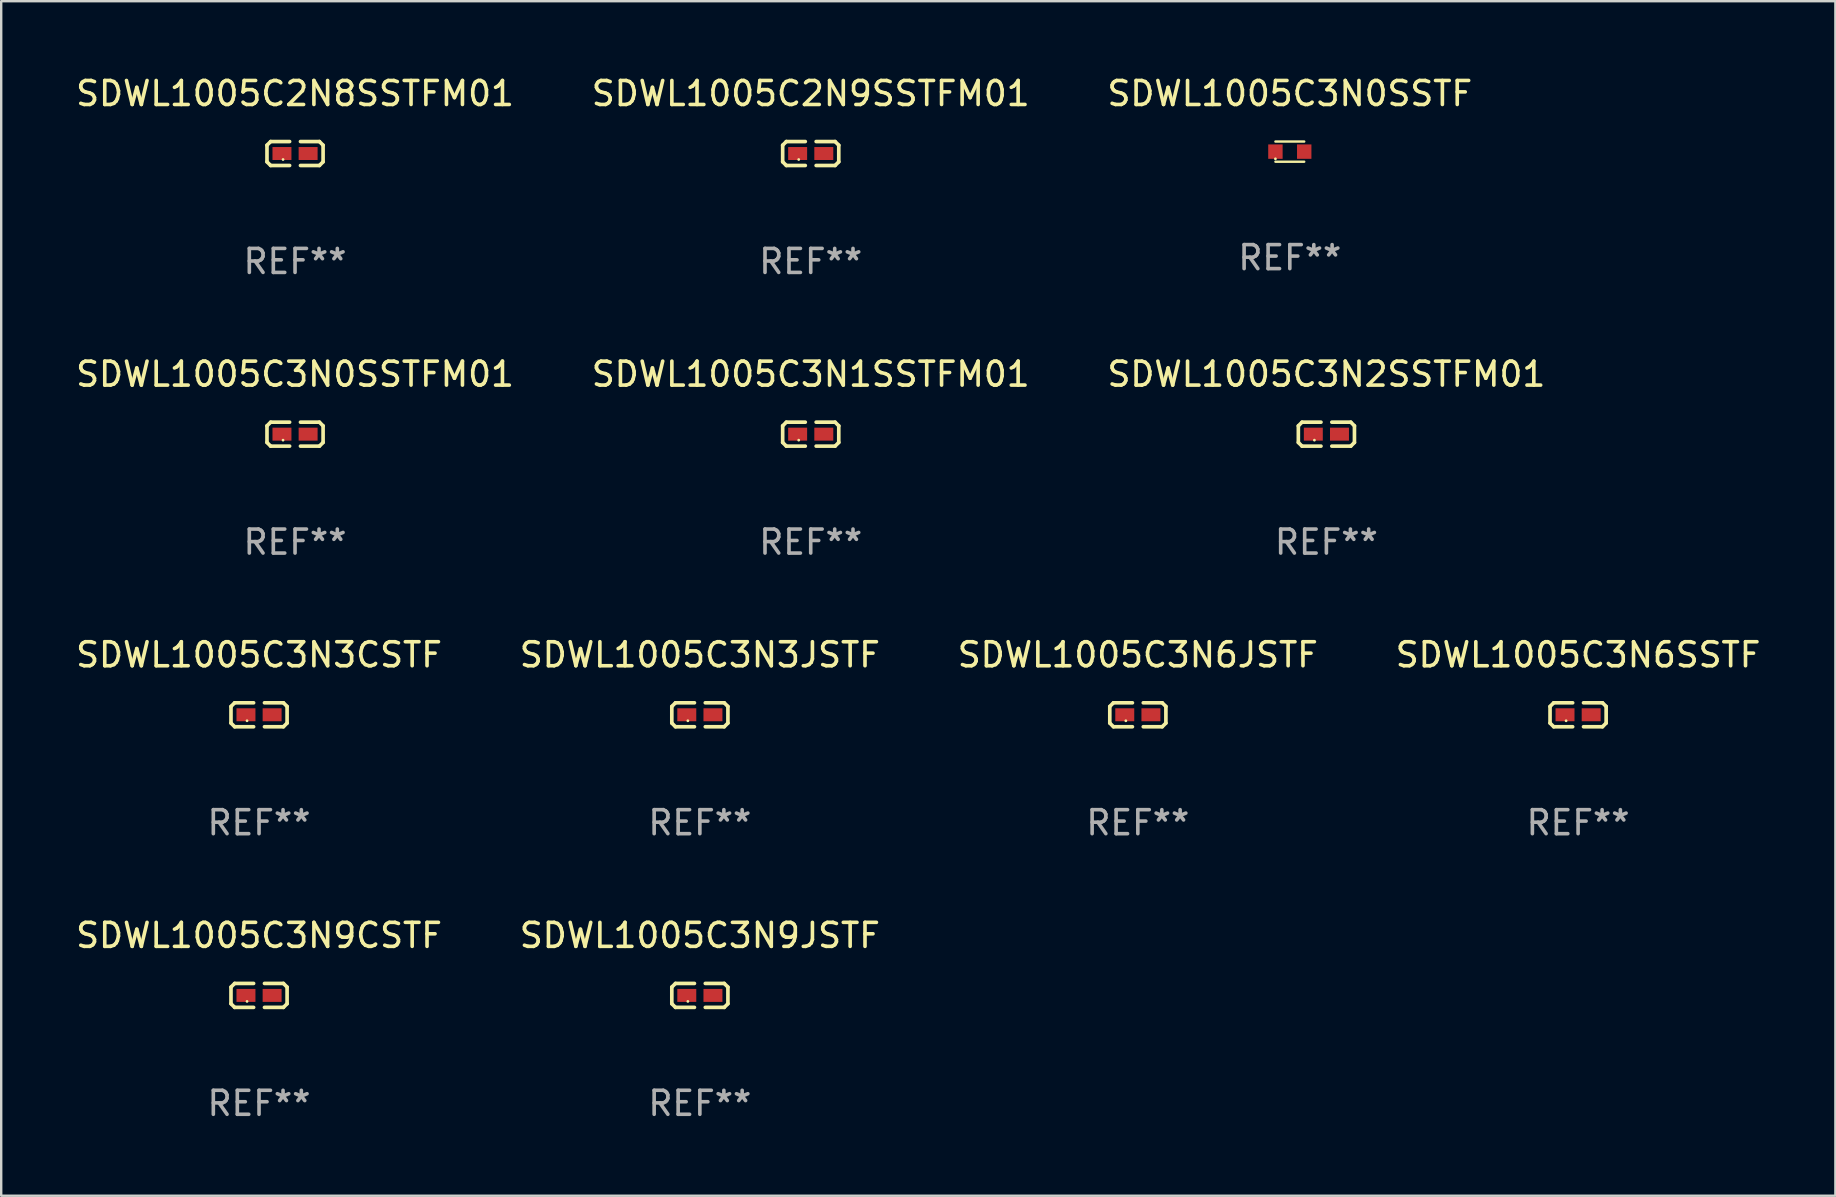
<source format=kicad_pcb>
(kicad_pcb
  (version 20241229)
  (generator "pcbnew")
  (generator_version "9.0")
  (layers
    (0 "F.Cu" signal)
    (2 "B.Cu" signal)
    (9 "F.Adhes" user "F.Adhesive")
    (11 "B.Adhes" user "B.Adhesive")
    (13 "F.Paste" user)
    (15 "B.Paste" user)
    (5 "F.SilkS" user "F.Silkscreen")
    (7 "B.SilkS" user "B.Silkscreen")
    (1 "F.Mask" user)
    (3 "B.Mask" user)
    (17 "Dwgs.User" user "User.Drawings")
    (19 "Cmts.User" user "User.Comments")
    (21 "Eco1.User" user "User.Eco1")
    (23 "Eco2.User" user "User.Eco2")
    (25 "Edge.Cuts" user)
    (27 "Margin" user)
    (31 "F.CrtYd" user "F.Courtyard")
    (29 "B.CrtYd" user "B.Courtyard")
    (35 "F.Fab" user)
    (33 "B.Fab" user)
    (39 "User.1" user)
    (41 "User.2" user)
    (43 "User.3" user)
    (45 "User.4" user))
  (footprint "SDWL1005C3N2SSTFM01"
    (layer "F.Cu")
    (at 52.22 15.041)
    (property "Reference" "SDWL1005C3N2SSTFM01" (at 0 -2.499 0) (layer "F.SilkS") (effects (font (size 1 1) (thickness 0.15))))
    (attr through_hole)
    (fp_line (start -1.169 -0.346) (end -1.016 -0.499) (stroke (width 0.152) (type solid)) (layer "F.SilkS"))
    (fp_line (start -1.169 0.346) (end -1.169 -0.346) (stroke (width 0.152) (type solid)) (layer "F.SilkS"))
    (fp_line (start -1.016 -0.499) (end -0.226 -0.499) (stroke (width 0.152) (type solid)) (layer "F.SilkS"))
    (fp_line (start -1.016 0.499) (end -1.169 0.346) (stroke (width 0.152) (type solid)) (layer "F.SilkS"))
    (fp_line (start -0.226 0.499) (end -1.016 0.499) (stroke (width 0.152) (type solid)) (layer "F.SilkS"))
    (fp_line (start 0.226 0.499) (end 1.016 0.499) (stroke (width 0.152) (type solid)) (layer "F.SilkS"))
    (fp_line (start 1.016 -0.499) (end 0.226 -0.499) (stroke (width 0.152) (type solid)) (layer "F.SilkS"))
    (fp_line (start 1.016 0.499) (end 1.169 0.346) (stroke (width 0.152) (type solid)) (layer "F.SilkS"))
    (fp_line (start 1.169 -0.346) (end 1.016 -0.499) (stroke (width 0.152) (type solid)) (layer "F.SilkS"))
    (fp_line (start 1.169 0.346) (end 1.169 -0.346) (stroke (width 0.152) (type solid)) (layer "F.SilkS"))
    (fp_circle (center -0.5 0.25) (end -0.47 0.25) (stroke (width 0.06) (type solid)) (fill no) (layer "F.SilkS"))
    (fp_text user "REF**" (at 0 4.499 0) (layer "F.Fab") (effects (font (size 1 1) (thickness 0.15))))
    (pad "1" smd rect (at -0.545 0) (size 0.79 0.54) (layers "F.Cu" "F.Mask" "F.Paste"))
    (pad "2" smd rect (at 0.545 0) (size 0.79 0.54) (layers "F.Cu" "F.Mask" "F.Paste")))
  (footprint "SDWL1005C3N6SSTF"
    (layer "F.Cu")
    (at 62.708 26.734)
    (property "Reference" "SDWL1005C3N6SSTF" (at 0 -2.499 0) (layer "F.SilkS") (effects (font (size 1 1) (thickness 0.15))))
    (attr through_hole)
    (fp_line (start -1.169 -0.346) (end -1.016 -0.499) (stroke (width 0.152) (type solid)) (layer "F.SilkS"))
    (fp_line (start -1.169 0.346) (end -1.169 -0.346) (stroke (width 0.152) (type solid)) (layer "F.SilkS"))
    (fp_line (start -1.016 -0.499) (end -0.226 -0.499) (stroke (width 0.152) (type solid)) (layer "F.SilkS"))
    (fp_line (start -1.016 0.499) (end -1.169 0.346) (stroke (width 0.152) (type solid)) (layer "F.SilkS"))
    (fp_line (start -0.226 0.499) (end -1.016 0.499) (stroke (width 0.152) (type solid)) (layer "F.SilkS"))
    (fp_line (start 0.226 0.499) (end 1.016 0.499) (stroke (width 0.152) (type solid)) (layer "F.SilkS"))
    (fp_line (start 1.016 -0.499) (end 0.226 -0.499) (stroke (width 0.152) (type solid)) (layer "F.SilkS"))
    (fp_line (start 1.016 0.499) (end 1.169 0.346) (stroke (width 0.152) (type solid)) (layer "F.SilkS"))
    (fp_line (start 1.169 -0.346) (end 1.016 -0.499) (stroke (width 0.152) (type solid)) (layer "F.SilkS"))
    (fp_line (start 1.169 0.346) (end 1.169 -0.346) (stroke (width 0.152) (type solid)) (layer "F.SilkS"))
    (fp_circle (center -0.5 0.25) (end -0.47 0.25) (stroke (width 0.06) (type solid)) (fill no) (layer "F.SilkS"))
    (fp_text user "REF**" (at 0 4.499 0) (layer "F.Fab") (effects (font (size 1 1) (thickness 0.15))))
    (pad "1" smd rect (at -0.545 0) (size 0.79 0.54) (layers "F.Cu" "F.Mask" "F.Paste"))
    (pad "2" smd rect (at 0.545 0) (size 0.79 0.54) (layers "F.Cu" "F.Mask" "F.Paste")))
  (footprint "SDWL1005C2N8SSTFM01"
    (layer "F.Cu")
    (at 9.244 3.347)
    (property "Reference" "SDWL1005C2N8SSTFM01" (at 0 -2.499 0) (layer "F.SilkS") (effects (font (size 1 1) (thickness 0.15))))
    (attr through_hole)
    (fp_line (start -1.169 -0.346) (end -1.016 -0.499) (stroke (width 0.152) (type solid)) (layer "F.SilkS"))
    (fp_line (start -1.169 0.346) (end -1.169 -0.346) (stroke (width 0.152) (type solid)) (layer "F.SilkS"))
    (fp_line (start -1.016 -0.499) (end -0.226 -0.499) (stroke (width 0.152) (type solid)) (layer "F.SilkS"))
    (fp_line (start -1.016 0.499) (end -1.169 0.346) (stroke (width 0.152) (type solid)) (layer "F.SilkS"))
    (fp_line (start -0.226 0.499) (end -1.016 0.499) (stroke (width 0.152) (type solid)) (layer "F.SilkS"))
    (fp_line (start 0.226 0.499) (end 1.016 0.499) (stroke (width 0.152) (type solid)) (layer "F.SilkS"))
    (fp_line (start 1.016 -0.499) (end 0.226 -0.499) (stroke (width 0.152) (type solid)) (layer "F.SilkS"))
    (fp_line (start 1.016 0.499) (end 1.169 0.346) (stroke (width 0.152) (type solid)) (layer "F.SilkS"))
    (fp_line (start 1.169 -0.346) (end 1.016 -0.499) (stroke (width 0.152) (type solid)) (layer "F.SilkS"))
    (fp_line (start 1.169 0.346) (end 1.169 -0.346) (stroke (width 0.152) (type solid)) (layer "F.SilkS"))
    (fp_circle (center -0.5 0.25) (end -0.47 0.25) (stroke (width 0.06) (type solid)) (fill no) (layer "F.SilkS"))
    (fp_text user "REF**" (at 0 4.499 0) (layer "F.Fab") (effects (font (size 1 1) (thickness 0.15))))
    (pad "1" smd rect (at -0.545 0) (size 0.79 0.54) (layers "F.Cu" "F.Mask" "F.Paste"))
    (pad "2" smd rect (at 0.545 0) (size 0.79 0.54) (layers "F.Cu" "F.Mask" "F.Paste")))
  (footprint "SDWL1005C3N9CSTF"
    (layer "F.Cu")
    (at 7.744 38.428)
    (property "Reference" "SDWL1005C3N9CSTF" (at 0 -2.499 0) (layer "F.SilkS") (effects (font (size 1 1) (thickness 0.15))))
    (attr through_hole)
    (fp_line (start -1.169 -0.346) (end -1.016 -0.499) (stroke (width 0.152) (type solid)) (layer "F.SilkS"))
    (fp_line (start -1.169 0.346) (end -1.169 -0.346) (stroke (width 0.152) (type solid)) (layer "F.SilkS"))
    (fp_line (start -1.016 -0.499) (end -0.226 -0.499) (stroke (width 0.152) (type solid)) (layer "F.SilkS"))
    (fp_line (start -1.016 0.499) (end -1.169 0.346) (stroke (width 0.152) (type solid)) (layer "F.SilkS"))
    (fp_line (start -0.226 0.499) (end -1.016 0.499) (stroke (width 0.152) (type solid)) (layer "F.SilkS"))
    (fp_line (start 0.226 0.499) (end 1.016 0.499) (stroke (width 0.152) (type solid)) (layer "F.SilkS"))
    (fp_line (start 1.016 -0.499) (end 0.226 -0.499) (stroke (width 0.152) (type solid)) (layer "F.SilkS"))
    (fp_line (start 1.016 0.499) (end 1.169 0.346) (stroke (width 0.152) (type solid)) (layer "F.SilkS"))
    (fp_line (start 1.169 -0.346) (end 1.016 -0.499) (stroke (width 0.152) (type solid)) (layer "F.SilkS"))
    (fp_line (start 1.169 0.346) (end 1.169 -0.346) (stroke (width 0.152) (type solid)) (layer "F.SilkS"))
    (fp_circle (center -0.5 0.25) (end -0.47 0.25) (stroke (width 0.06) (type solid)) (fill no) (layer "F.SilkS"))
    (fp_text user "REF**" (at 0 4.499 0) (layer "F.Fab") (effects (font (size 1 1) (thickness 0.15))))
    (pad "1" smd rect (at -0.545 0) (size 0.79 0.54) (layers "F.Cu" "F.Mask" "F.Paste"))
    (pad "2" smd rect (at 0.545 0) (size 0.79 0.54) (layers "F.Cu" "F.Mask" "F.Paste")))
  (footprint "SDWL1005C3N0SSTF"
    (layer "F.Cu")
    (at 50.696 3.268)
    (property "Reference" "SDWL1005C3N0SSTF" (at 0 -2.42 0) (layer "F.SilkS") (effects (font (size 1 1) (thickness 0.15))))
    (attr through_hole)
    (fp_line (start -0.6 -0.42) (end 0.6 -0.42) (stroke (width 0.1) (type solid)) (layer "F.SilkS"))
    (fp_line (start -0.6 0.42) (end 0.6 0.42) (stroke (width 0.1) (type solid)) (layer "F.SilkS"))
    (fp_circle (center -0.6 0.3) (end -0.57 0.3) (stroke (width 0.06) (type solid)) (fill no) (layer "F.SilkS"))
    (fp_text user "REF**" (at 0 4.42 0) (layer "F.Fab") (effects (font (size 1 1) (thickness 0.15))))
    (pad "1" smd rect (at -0.6 0) (size 0.6 0.6) (layers "F.Cu" "F.Mask" "F.Paste"))
    (pad "2" smd rect (at 0.6 0) (size 0.6 0.6) (layers "F.Cu" "F.Mask" "F.Paste")))
  (footprint "SDWL1005C3N0SSTFM01"
    (layer "F.Cu")
    (at 9.244 15.041)
    (property "Reference" "SDWL1005C3N0SSTFM01" (at 0 -2.499 0) (layer "F.SilkS") (effects (font (size 1 1) (thickness 0.15))))
    (attr through_hole)
    (fp_line (start -1.169 -0.346) (end -1.016 -0.499) (stroke (width 0.152) (type solid)) (layer "F.SilkS"))
    (fp_line (start -1.169 0.346) (end -1.169 -0.346) (stroke (width 0.152) (type solid)) (layer "F.SilkS"))
    (fp_line (start -1.016 -0.499) (end -0.226 -0.499) (stroke (width 0.152) (type solid)) (layer "F.SilkS"))
    (fp_line (start -1.016 0.499) (end -1.169 0.346) (stroke (width 0.152) (type solid)) (layer "F.SilkS"))
    (fp_line (start -0.226 0.499) (end -1.016 0.499) (stroke (width 0.152) (type solid)) (layer "F.SilkS"))
    (fp_line (start 0.226 0.499) (end 1.016 0.499) (stroke (width 0.152) (type solid)) (layer "F.SilkS"))
    (fp_line (start 1.016 -0.499) (end 0.226 -0.499) (stroke (width 0.152) (type solid)) (layer "F.SilkS"))
    (fp_line (start 1.016 0.499) (end 1.169 0.346) (stroke (width 0.152) (type solid)) (layer "F.SilkS"))
    (fp_line (start 1.169 -0.346) (end 1.016 -0.499) (stroke (width 0.152) (type solid)) (layer "F.SilkS"))
    (fp_line (start 1.169 0.346) (end 1.169 -0.346) (stroke (width 0.152) (type solid)) (layer "F.SilkS"))
    (fp_circle (center -0.5 0.25) (end -0.47 0.25) (stroke (width 0.06) (type solid)) (fill no) (layer "F.SilkS"))
    (fp_text user "REF**" (at 0 4.499 0) (layer "F.Fab") (effects (font (size 1 1) (thickness 0.15))))
    (pad "1" smd rect (at -0.545 0) (size 0.79 0.54) (layers "F.Cu" "F.Mask" "F.Paste"))
    (pad "2" smd rect (at 0.545 0) (size 0.79 0.54) (layers "F.Cu" "F.Mask" "F.Paste")))
  (footprint "SDWL1005C3N1SSTFM01"
    (layer "F.Cu")
    (at 30.732 15.041)
    (property "Reference" "SDWL1005C3N1SSTFM01" (at 0 -2.499 0) (layer "F.SilkS") (effects (font (size 1 1) (thickness 0.15))))
    (attr through_hole)
    (fp_line (start -1.169 -0.346) (end -1.016 -0.499) (stroke (width 0.152) (type solid)) (layer "F.SilkS"))
    (fp_line (start -1.169 0.346) (end -1.169 -0.346) (stroke (width 0.152) (type solid)) (layer "F.SilkS"))
    (fp_line (start -1.016 -0.499) (end -0.226 -0.499) (stroke (width 0.152) (type solid)) (layer "F.SilkS"))
    (fp_line (start -1.016 0.499) (end -1.169 0.346) (stroke (width 0.152) (type solid)) (layer "F.SilkS"))
    (fp_line (start -0.226 0.499) (end -1.016 0.499) (stroke (width 0.152) (type solid)) (layer "F.SilkS"))
    (fp_line (start 0.226 0.499) (end 1.016 0.499) (stroke (width 0.152) (type solid)) (layer "F.SilkS"))
    (fp_line (start 1.016 -0.499) (end 0.226 -0.499) (stroke (width 0.152) (type solid)) (layer "F.SilkS"))
    (fp_line (start 1.016 0.499) (end 1.169 0.346) (stroke (width 0.152) (type solid)) (layer "F.SilkS"))
    (fp_line (start 1.169 -0.346) (end 1.016 -0.499) (stroke (width 0.152) (type solid)) (layer "F.SilkS"))
    (fp_line (start 1.169 0.346) (end 1.169 -0.346) (stroke (width 0.152) (type solid)) (layer "F.SilkS"))
    (fp_circle (center -0.5 0.25) (end -0.47 0.25) (stroke (width 0.06) (type solid)) (fill no) (layer "F.SilkS"))
    (fp_text user "REF**" (at 0 4.499 0) (layer "F.Fab") (effects (font (size 1 1) (thickness 0.15))))
    (pad "1" smd rect (at -0.545 0) (size 0.79 0.54) (layers "F.Cu" "F.Mask" "F.Paste"))
    (pad "2" smd rect (at 0.545 0) (size 0.79 0.54) (layers "F.Cu" "F.Mask" "F.Paste")))
  (footprint "SDWL1005C2N9SSTFM01"
    (layer "F.Cu")
    (at 30.732 3.347)
    (property "Reference" "SDWL1005C2N9SSTFM01" (at 0 -2.499 0) (layer "F.SilkS") (effects (font (size 1 1) (thickness 0.15))))
    (attr through_hole)
    (fp_line (start -1.169 -0.346) (end -1.016 -0.499) (stroke (width 0.152) (type solid)) (layer "F.SilkS"))
    (fp_line (start -1.169 0.346) (end -1.169 -0.346) (stroke (width 0.152) (type solid)) (layer "F.SilkS"))
    (fp_line (start -1.016 -0.499) (end -0.226 -0.499) (stroke (width 0.152) (type solid)) (layer "F.SilkS"))
    (fp_line (start -1.016 0.499) (end -1.169 0.346) (stroke (width 0.152) (type solid)) (layer "F.SilkS"))
    (fp_line (start -0.226 0.499) (end -1.016 0.499) (stroke (width 0.152) (type solid)) (layer "F.SilkS"))
    (fp_line (start 0.226 0.499) (end 1.016 0.499) (stroke (width 0.152) (type solid)) (layer "F.SilkS"))
    (fp_line (start 1.016 -0.499) (end 0.226 -0.499) (stroke (width 0.152) (type solid)) (layer "F.SilkS"))
    (fp_line (start 1.016 0.499) (end 1.169 0.346) (stroke (width 0.152) (type solid)) (layer "F.SilkS"))
    (fp_line (start 1.169 -0.346) (end 1.016 -0.499) (stroke (width 0.152) (type solid)) (layer "F.SilkS"))
    (fp_line (start 1.169 0.346) (end 1.169 -0.346) (stroke (width 0.152) (type solid)) (layer "F.SilkS"))
    (fp_circle (center -0.5 0.25) (end -0.47 0.25) (stroke (width 0.06) (type solid)) (fill no) (layer "F.SilkS"))
    (fp_text user "REF**" (at 0 4.499 0) (layer "F.Fab") (effects (font (size 1 1) (thickness 0.15))))
    (pad "1" smd rect (at -0.545 0) (size 0.79 0.54) (layers "F.Cu" "F.Mask" "F.Paste"))
    (pad "2" smd rect (at 0.545 0) (size 0.79 0.54) (layers "F.Cu" "F.Mask" "F.Paste")))
  (footprint "SDWL1005C3N9JSTF"
    (layer "F.Cu")
    (at 26.113 38.428)
    (property "Reference" "SDWL1005C3N9JSTF" (at 0 -2.499 0) (layer "F.SilkS") (effects (font (size 1 1) (thickness 0.15))))
    (attr through_hole)
    (fp_line (start -1.169 -0.346) (end -1.016 -0.499) (stroke (width 0.152) (type solid)) (layer "F.SilkS"))
    (fp_line (start -1.169 0.346) (end -1.169 -0.346) (stroke (width 0.152) (type solid)) (layer "F.SilkS"))
    (fp_line (start -1.016 -0.499) (end -0.226 -0.499) (stroke (width 0.152) (type solid)) (layer "F.SilkS"))
    (fp_line (start -1.016 0.499) (end -1.169 0.346) (stroke (width 0.152) (type solid)) (layer "F.SilkS"))
    (fp_line (start -0.226 0.499) (end -1.016 0.499) (stroke (width 0.152) (type solid)) (layer "F.SilkS"))
    (fp_line (start 0.226 0.499) (end 1.016 0.499) (stroke (width 0.152) (type solid)) (layer "F.SilkS"))
    (fp_line (start 1.016 -0.499) (end 0.226 -0.499) (stroke (width 0.152) (type solid)) (layer "F.SilkS"))
    (fp_line (start 1.016 0.499) (end 1.169 0.346) (stroke (width 0.152) (type solid)) (layer "F.SilkS"))
    (fp_line (start 1.169 -0.346) (end 1.016 -0.499) (stroke (width 0.152) (type solid)) (layer "F.SilkS"))
    (fp_line (start 1.169 0.346) (end 1.169 -0.346) (stroke (width 0.152) (type solid)) (layer "F.SilkS"))
    (fp_circle (center -0.5 0.25) (end -0.47 0.25) (stroke (width 0.06) (type solid)) (fill no) (layer "F.SilkS"))
    (fp_text user "REF**" (at 0 4.499 0) (layer "F.Fab") (effects (font (size 1 1) (thickness 0.15))))
    (pad "1" smd rect (at -0.545 0) (size 0.79 0.54) (layers "F.Cu" "F.Mask" "F.Paste"))
    (pad "2" smd rect (at 0.545 0) (size 0.79 0.54) (layers "F.Cu" "F.Mask" "F.Paste")))
  (footprint "SDWL1005C3N6JSTF"
    (layer "F.Cu")
    (at 44.363 26.734)
    (property "Reference" "SDWL1005C3N6JSTF" (at 0 -2.499 0) (layer "F.SilkS") (effects (font (size 1 1) (thickness 0.15))))
    (attr through_hole)
    (fp_line (start -1.169 -0.346) (end -1.016 -0.499) (stroke (width 0.152) (type solid)) (layer "F.SilkS"))
    (fp_line (start -1.169 0.346) (end -1.169 -0.346) (stroke (width 0.152) (type solid)) (layer "F.SilkS"))
    (fp_line (start -1.016 -0.499) (end -0.226 -0.499) (stroke (width 0.152) (type solid)) (layer "F.SilkS"))
    (fp_line (start -1.016 0.499) (end -1.169 0.346) (stroke (width 0.152) (type solid)) (layer "F.SilkS"))
    (fp_line (start -0.226 0.499) (end -1.016 0.499) (stroke (width 0.152) (type solid)) (layer "F.SilkS"))
    (fp_line (start 0.226 0.499) (end 1.016 0.499) (stroke (width 0.152) (type solid)) (layer "F.SilkS"))
    (fp_line (start 1.016 -0.499) (end 0.226 -0.499) (stroke (width 0.152) (type solid)) (layer "F.SilkS"))
    (fp_line (start 1.016 0.499) (end 1.169 0.346) (stroke (width 0.152) (type solid)) (layer "F.SilkS"))
    (fp_line (start 1.169 -0.346) (end 1.016 -0.499) (stroke (width 0.152) (type solid)) (layer "F.SilkS"))
    (fp_line (start 1.169 0.346) (end 1.169 -0.346) (stroke (width 0.152) (type solid)) (layer "F.SilkS"))
    (fp_circle (center -0.5 0.25) (end -0.47 0.25) (stroke (width 0.06) (type solid)) (fill no) (layer "F.SilkS"))
    (fp_text user "REF**" (at 0 4.499 0) (layer "F.Fab") (effects (font (size 1 1) (thickness 0.15))))
    (pad "1" smd rect (at -0.545 0) (size 0.79 0.54) (layers "F.Cu" "F.Mask" "F.Paste"))
    (pad "2" smd rect (at 0.545 0) (size 0.79 0.54) (layers "F.Cu" "F.Mask" "F.Paste")))
  (footprint "SDWL1005C3N3CSTF"
    (layer "F.Cu")
    (at 7.744 26.734)
    (property "Reference" "SDWL1005C3N3CSTF" (at 0 -2.499 0) (layer "F.SilkS") (effects (font (size 1 1) (thickness 0.15))))
    (attr through_hole)
    (fp_line (start -1.169 -0.346) (end -1.016 -0.499) (stroke (width 0.152) (type solid)) (layer "F.SilkS"))
    (fp_line (start -1.169 0.346) (end -1.169 -0.346) (stroke (width 0.152) (type solid)) (layer "F.SilkS"))
    (fp_line (start -1.016 -0.499) (end -0.226 -0.499) (stroke (width 0.152) (type solid)) (layer "F.SilkS"))
    (fp_line (start -1.016 0.499) (end -1.169 0.346) (stroke (width 0.152) (type solid)) (layer "F.SilkS"))
    (fp_line (start -0.226 0.499) (end -1.016 0.499) (stroke (width 0.152) (type solid)) (layer "F.SilkS"))
    (fp_line (start 0.226 0.499) (end 1.016 0.499) (stroke (width 0.152) (type solid)) (layer "F.SilkS"))
    (fp_line (start 1.016 -0.499) (end 0.226 -0.499) (stroke (width 0.152) (type solid)) (layer "F.SilkS"))
    (fp_line (start 1.016 0.499) (end 1.169 0.346) (stroke (width 0.152) (type solid)) (layer "F.SilkS"))
    (fp_line (start 1.169 -0.346) (end 1.016 -0.499) (stroke (width 0.152) (type solid)) (layer "F.SilkS"))
    (fp_line (start 1.169 0.346) (end 1.169 -0.346) (stroke (width 0.152) (type solid)) (layer "F.SilkS"))
    (fp_circle (center -0.5 0.25) (end -0.47 0.25) (stroke (width 0.06) (type solid)) (fill no) (layer "F.SilkS"))
    (fp_text user "REF**" (at 0 4.499 0) (layer "F.Fab") (effects (font (size 1 1) (thickness 0.15))))
    (pad "1" smd rect (at -0.545 0) (size 0.79 0.54) (layers "F.Cu" "F.Mask" "F.Paste"))
    (pad "2" smd rect (at 0.545 0) (size 0.79 0.54) (layers "F.Cu" "F.Mask" "F.Paste")))
  (footprint "SDWL1005C3N3JSTF"
    (layer "F.Cu")
    (at 26.113 26.734)
    (property "Reference" "SDWL1005C3N3JSTF" (at 0 -2.499 0) (layer "F.SilkS") (effects (font (size 1 1) (thickness 0.15))))
    (attr through_hole)
    (fp_line (start -1.169 -0.346) (end -1.016 -0.499) (stroke (width 0.152) (type solid)) (layer "F.SilkS"))
    (fp_line (start -1.169 0.346) (end -1.169 -0.346) (stroke (width 0.152) (type solid)) (layer "F.SilkS"))
    (fp_line (start -1.016 -0.499) (end -0.226 -0.499) (stroke (width 0.152) (type solid)) (layer "F.SilkS"))
    (fp_line (start -1.016 0.499) (end -1.169 0.346) (stroke (width 0.152) (type solid)) (layer "F.SilkS"))
    (fp_line (start -0.226 0.499) (end -1.016 0.499) (stroke (width 0.152) (type solid)) (layer "F.SilkS"))
    (fp_line (start 0.226 0.499) (end 1.016 0.499) (stroke (width 0.152) (type solid)) (layer "F.SilkS"))
    (fp_line (start 1.016 -0.499) (end 0.226 -0.499) (stroke (width 0.152) (type solid)) (layer "F.SilkS"))
    (fp_line (start 1.016 0.499) (end 1.169 0.346) (stroke (width 0.152) (type solid)) (layer "F.SilkS"))
    (fp_line (start 1.169 -0.346) (end 1.016 -0.499) (stroke (width 0.152) (type solid)) (layer "F.SilkS"))
    (fp_line (start 1.169 0.346) (end 1.169 -0.346) (stroke (width 0.152) (type solid)) (layer "F.SilkS"))
    (fp_circle (center -0.5 0.25) (end -0.47 0.25) (stroke (width 0.06) (type solid)) (fill no) (layer "F.SilkS"))
    (fp_text user "REF**" (at 0 4.499 0) (layer "F.Fab") (effects (font (size 1 1) (thickness 0.15))))
    (pad "1" smd rect (at -0.545 0) (size 0.79 0.54) (layers "F.Cu" "F.Mask" "F.Paste"))
    (pad "2" smd rect (at 0.545 0) (size 0.79 0.54) (layers "F.Cu" "F.Mask" "F.Paste")))
  (gr_rect
    (start -3 -3)
    (end 73.429 46.775)
    (stroke (width 0.1) (type default))
    (fill no)
    (layer "Edge.Cuts")))
</source>
